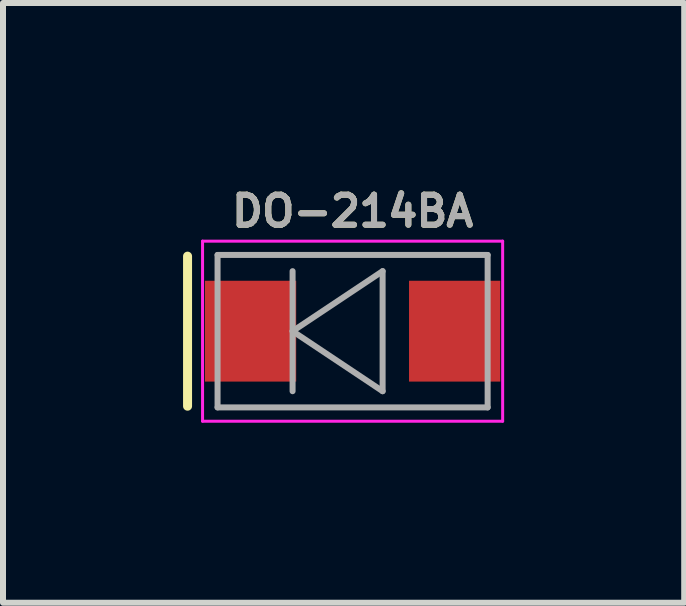
<source format=kicad_pcb>
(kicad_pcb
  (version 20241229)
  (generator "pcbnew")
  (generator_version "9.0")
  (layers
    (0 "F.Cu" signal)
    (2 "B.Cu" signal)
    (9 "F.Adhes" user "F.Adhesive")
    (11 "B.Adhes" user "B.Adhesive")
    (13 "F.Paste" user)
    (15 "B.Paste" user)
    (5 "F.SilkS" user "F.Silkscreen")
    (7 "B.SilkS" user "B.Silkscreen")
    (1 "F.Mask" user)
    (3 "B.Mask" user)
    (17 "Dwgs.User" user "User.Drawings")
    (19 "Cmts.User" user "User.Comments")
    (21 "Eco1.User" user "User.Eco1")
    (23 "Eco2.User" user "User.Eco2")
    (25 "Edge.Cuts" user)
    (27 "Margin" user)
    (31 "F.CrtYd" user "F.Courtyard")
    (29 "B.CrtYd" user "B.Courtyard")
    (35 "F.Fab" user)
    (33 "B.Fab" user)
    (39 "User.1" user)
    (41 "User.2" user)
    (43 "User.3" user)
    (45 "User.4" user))
  (footprint "DO-214BA"
    (layer "F.Cu")
    (at 2.825 2.468)
    (property "Reference" "DO-214BA" (at 0 -2 0) (layer "F.SilkS") (effects (font (size 0.5 0.5) (thickness 0.1))))
    (attr smd)
    (fp_line (start -2.75 -1.25) (end -2.75 1.25) (stroke (width 0.15) (type solid)) (layer "F.SilkS"))
    (fp_line (start -2.5 -1.5) (end 2.5 -1.5) (stroke (width 0.05) (type solid)) (layer "F.CrtYd"))
    (fp_line (start -2.5 1.5) (end -2.5 -1.5) (stroke (width 0.05) (type solid)) (layer "F.CrtYd"))
    (fp_line (start 2.5 -1.5) (end 2.5 1.5) (stroke (width 0.05) (type solid)) (layer "F.CrtYd"))
    (fp_line (start 2.5 1.5) (end -2.5 1.5) (stroke (width 0.05) (type solid)) (layer "F.CrtYd"))
    (fp_line (start -2.25 -1.27) (end 2.25 -1.27) (stroke (width 0.1) (type solid)) (layer "F.Fab"))
    (fp_line (start -2.25 1.27) (end -2.25 -1.27) (stroke (width 0.1) (type solid)) (layer "F.Fab"))
    (fp_line (start -1 -1) (end -1 1) (stroke (width 0.1) (type solid)) (layer "F.Fab"))
    (fp_line (start 0.5 -1) (end -1 0) (stroke (width 0.1) (type solid)) (layer "F.Fab"))
    (fp_line (start 0.5 -1) (end 0.5 1) (stroke (width 0.1) (type solid)) (layer "F.Fab"))
    (fp_line (start 0.5 1) (end -1 0) (stroke (width 0.1) (type solid)) (layer "F.Fab"))
    (fp_line (start 2.25 -1.27) (end 2.25 1.27) (stroke (width 0.1) (type solid)) (layer "F.Fab"))
    (fp_line (start 2.25 1.27) (end -2.25 1.27) (stroke (width 0.1) (type solid)) (layer "F.Fab"))
    (fp_text user "${REFERENCE}" (at 0 -2 0) (layer "F.Fab") (effects (font (size 0.5 0.5) (thickness 0.1))))
    (pad "A" smd rect (at 1.7 0) (size 1.52 1.68) (layers "F.Cu" "F.Mask" "F.Paste"))
    (pad "C" smd rect (at -1.7 0) (size 1.52 1.68) (layers "F.Cu" "F.Mask" "F.Paste")))
  (gr_rect
    (start -3 -3)
    (end 8.35 6.993)
    (stroke (width 0.1) (type default))
    (fill no)
    (layer "Edge.Cuts")))
</source>
